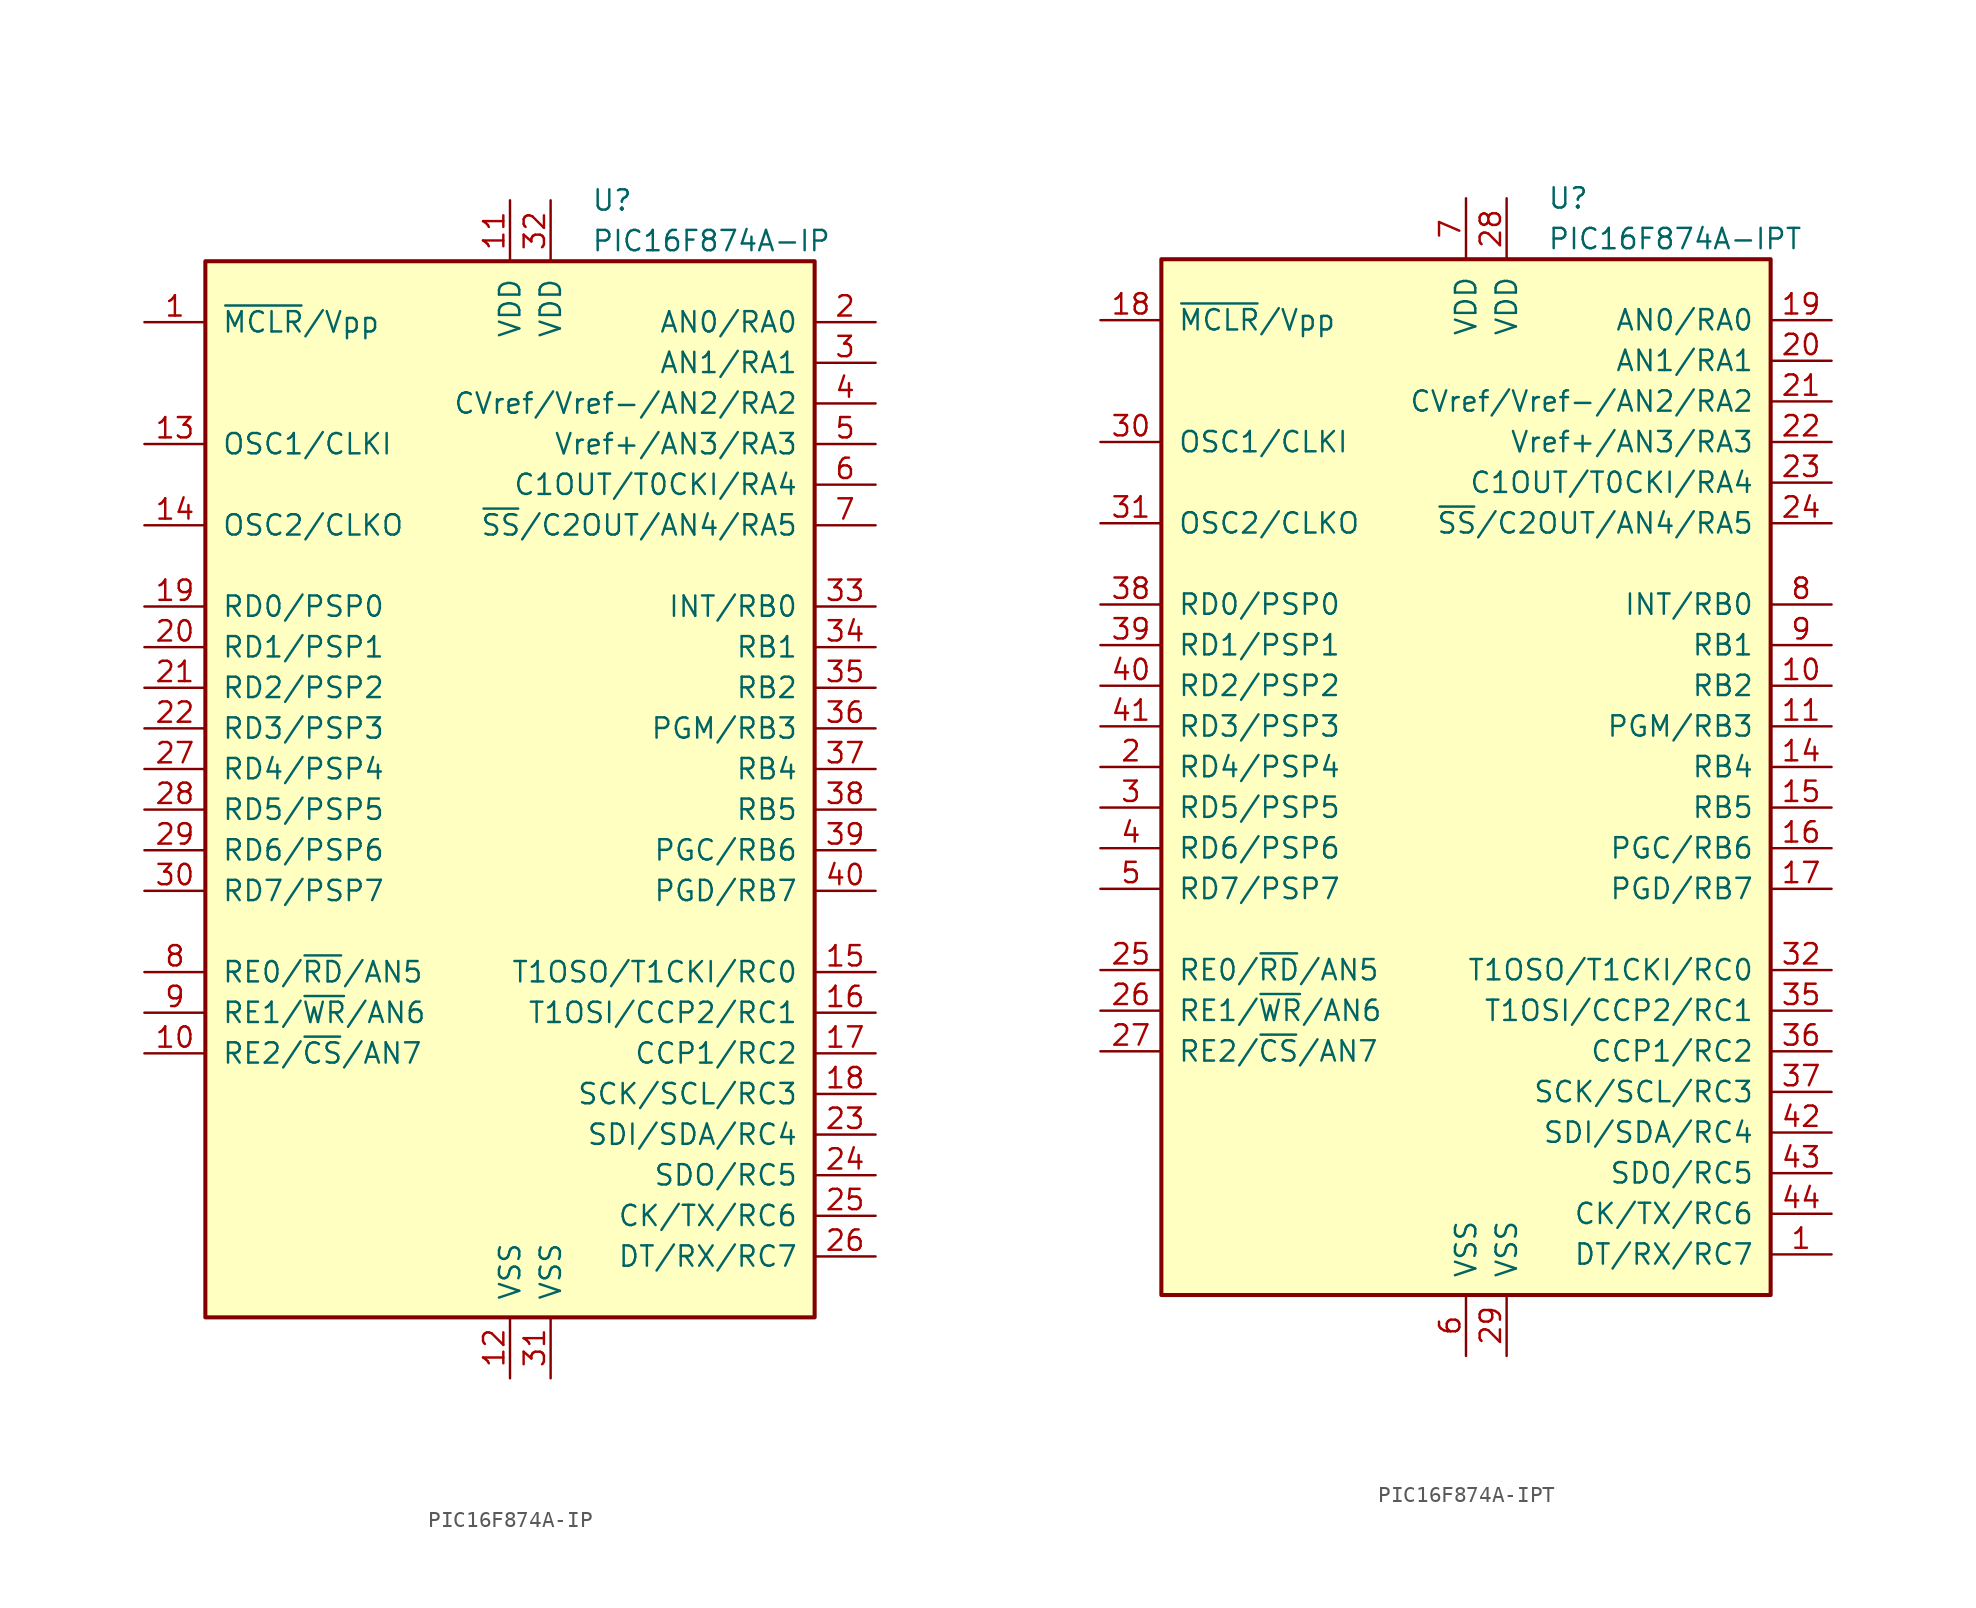
<source format=kicad_sym>
(kicad_symbol_lib
  (version 20201005)
  (generator kicad_symbol_editor)
  (symbol "MCU_Microchip_PIC16:PIC16F874A-IP"
    (pin_names
      (offset 1.016))
    (property "Reference" "U"
      (at 5.08 35.56 0)
      (effects (font (size 1.27 1.27)) (justify left)))
    (property "Value" "PIC16F874A-IP"
      (at 5.08 33.02 0)
      (effects (font (size 1.27 1.27)) (justify left)))
    (symbol "PIC16F874A-IP_0_1"
      (rectangle (start -19.05 31.75) (end 19.05 -34.29) (stroke (width 0.254)) (fill (type background))))
    (symbol "PIC16F874A-IP_1_1"
      (pin input line (at -22.86 27.94 0) (length 3.81) (name "~MCLR~/Vpp" (effects (font (size 1.27 1.27)))) (number "1" (effects (font (size 1.27 1.27)))))
      (pin bidirectional line (at -22.86 -17.78 0) (length 3.81) (name "RE2/~CS~/AN7" (effects (font (size 1.27 1.27)))) (number "10" (effects (font (size 1.27 1.27)))))
      (pin power_in line (at 0 35.56 270) (length 3.81) (name "VDD" (effects (font (size 1.27 1.27)))) (number "11" (effects (font (size 1.27 1.27)))))
      (pin power_in line (at 0 -38.1 90) (length 3.81) (name "VSS" (effects (font (size 1.27 1.27)))) (number "12" (effects (font (size 1.27 1.27)))))
      (pin input line (at -22.86 20.32 0) (length 3.81) (name "OSC1/CLKI" (effects (font (size 1.27 1.27)))) (number "13" (effects (font (size 1.27 1.27)))))
      (pin output line (at -22.86 15.24 0) (length 3.81) (name "OSC2/CLKO" (effects (font (size 1.27 1.27)))) (number "14" (effects (font (size 1.27 1.27)))))
      (pin bidirectional line (at 22.86 -12.7 180) (length 3.81) (name "T1OSO/T1CKI/RC0" (effects (font (size 1.27 1.27)))) (number "15" (effects (font (size 1.27 1.27)))))
      (pin bidirectional line (at 22.86 -15.24 180) (length 3.81) (name "T1OSI/CCP2/RC1" (effects (font (size 1.27 1.27)))) (number "16" (effects (font (size 1.27 1.27)))))
      (pin bidirectional line (at 22.86 -17.78 180) (length 3.81) (name "CCP1/RC2" (effects (font (size 1.27 1.27)))) (number "17" (effects (font (size 1.27 1.27)))))
      (pin bidirectional line (at 22.86 -20.32 180) (length 3.81) (name "SCK/SCL/RC3" (effects (font (size 1.27 1.27)))) (number "18" (effects (font (size 1.27 1.27)))))
      (pin bidirectional line (at -22.86 10.16 0) (length 3.81) (name "RD0/PSP0" (effects (font (size 1.27 1.27)))) (number "19" (effects (font (size 1.27 1.27)))))
      (pin bidirectional line (at 22.86 27.94 180) (length 3.81) (name "AN0/RA0" (effects (font (size 1.27 1.27)))) (number "2" (effects (font (size 1.27 1.27)))))
      (pin bidirectional line (at -22.86 7.62 0) (length 3.81) (name "RD1/PSP1" (effects (font (size 1.27 1.27)))) (number "20" (effects (font (size 1.27 1.27)))))
      (pin bidirectional line (at -22.86 5.08 0) (length 3.81) (name "RD2/PSP2" (effects (font (size 1.27 1.27)))) (number "21" (effects (font (size 1.27 1.27)))))
      (pin bidirectional line (at -22.86 2.54 0) (length 3.81) (name "RD3/PSP3" (effects (font (size 1.27 1.27)))) (number "22" (effects (font (size 1.27 1.27)))))
      (pin bidirectional line (at 22.86 -22.86 180) (length 3.81) (name "SDI/SDA/RC4" (effects (font (size 1.27 1.27)))) (number "23" (effects (font (size 1.27 1.27)))))
      (pin bidirectional line (at 22.86 -25.4 180) (length 3.81) (name "SDO/RC5" (effects (font (size 1.27 1.27)))) (number "24" (effects (font (size 1.27 1.27)))))
      (pin bidirectional line (at 22.86 -27.94 180) (length 3.81) (name "CK/TX/RC6" (effects (font (size 1.27 1.27)))) (number "25" (effects (font (size 1.27 1.27)))))
      (pin bidirectional line (at 22.86 -30.48 180) (length 3.81) (name "DT/RX/RC7" (effects (font (size 1.27 1.27)))) (number "26" (effects (font (size 1.27 1.27)))))
      (pin bidirectional line (at -22.86 0 0) (length 3.81) (name "RD4/PSP4" (effects (font (size 1.27 1.27)))) (number "27" (effects (font (size 1.27 1.27)))))
      (pin bidirectional line (at -22.86 -2.54 0) (length 3.81) (name "RD5/PSP5" (effects (font (size 1.27 1.27)))) (number "28" (effects (font (size 1.27 1.27)))))
      (pin bidirectional line (at -22.86 -5.08 0) (length 3.81) (name "RD6/PSP6" (effects (font (size 1.27 1.27)))) (number "29" (effects (font (size 1.27 1.27)))))
      (pin bidirectional line (at 22.86 25.4 180) (length 3.81) (name "AN1/RA1" (effects (font (size 1.27 1.27)))) (number "3" (effects (font (size 1.27 1.27)))))
      (pin bidirectional line (at -22.86 -7.62 0) (length 3.81) (name "RD7/PSP7" (effects (font (size 1.27 1.27)))) (number "30" (effects (font (size 1.27 1.27)))))
      (pin power_in line (at 2.54 -38.1 90) (length 3.81) (name "VSS" (effects (font (size 1.27 1.27)))) (number "31" (effects (font (size 1.27 1.27)))))
      (pin power_in line (at 2.54 35.56 270) (length 3.81) (name "VDD" (effects (font (size 1.27 1.27)))) (number "32" (effects (font (size 1.27 1.27)))))
      (pin bidirectional line (at 22.86 10.16 180) (length 3.81) (name "INT/RB0" (effects (font (size 1.27 1.27)))) (number "33" (effects (font (size 1.27 1.27)))))
      (pin bidirectional line (at 22.86 7.62 180) (length 3.81) (name "RB1" (effects (font (size 1.27 1.27)))) (number "34" (effects (font (size 1.27 1.27)))))
      (pin bidirectional line (at 22.86 5.08 180) (length 3.81) (name "RB2" (effects (font (size 1.27 1.27)))) (number "35" (effects (font (size 1.27 1.27)))))
      (pin bidirectional line (at 22.86 2.54 180) (length 3.81) (name "PGM/RB3" (effects (font (size 1.27 1.27)))) (number "36" (effects (font (size 1.27 1.27)))))
      (pin bidirectional line (at 22.86 0 180) (length 3.81) (name "RB4" (effects (font (size 1.27 1.27)))) (number "37" (effects (font (size 1.27 1.27)))))
      (pin bidirectional line (at 22.86 -2.54 180) (length 3.81) (name "RB5" (effects (font (size 1.27 1.27)))) (number "38" (effects (font (size 1.27 1.27)))))
      (pin bidirectional line (at 22.86 -5.08 180) (length 3.81) (name "PGC/RB6" (effects (font (size 1.27 1.27)))) (number "39" (effects (font (size 1.27 1.27)))))
      (pin bidirectional line (at 22.86 22.86 180) (length 3.81) (name "CVref/Vref-/AN2/RA2" (effects (font (size 1.27 1.27)))) (number "4" (effects (font (size 1.27 1.27)))))
      (pin bidirectional line (at 22.86 -7.62 180) (length 3.81) (name "PGD/RB7" (effects (font (size 1.27 1.27)))) (number "40" (effects (font (size 1.27 1.27)))))
      (pin bidirectional line (at 22.86 20.32 180) (length 3.81) (name "Vref+/AN3/RA3" (effects (font (size 1.27 1.27)))) (number "5" (effects (font (size 1.27 1.27)))))
      (pin bidirectional line (at 22.86 17.78 180) (length 3.81) (name "C1OUT/T0CKI/RA4" (effects (font (size 1.27 1.27)))) (number "6" (effects (font (size 1.27 1.27)))))
      (pin bidirectional line (at 22.86 15.24 180) (length 3.81) (name "~SS~/C2OUT/AN4/RA5" (effects (font (size 1.27 1.27)))) (number "7" (effects (font (size 1.27 1.27)))))
      (pin bidirectional line (at -22.86 -12.7 0) (length 3.81) (name "RE0/~RD~/AN5" (effects (font (size 1.27 1.27)))) (number "8" (effects (font (size 1.27 1.27)))))
      (pin bidirectional line (at -22.86 -15.24 0) (length 3.81) (name "RE1/~WR~/AN6" (effects (font (size 1.27 1.27)))) (number "9" (effects (font (size 1.27 1.27)))))))
  (symbol "MCU_Microchip_PIC16:PIC16F874A-IPT"
    (pin_names
      (offset 1.016))
    (property "Reference" "U"
      (at 5.08 35.56 0)
      (effects (font (size 1.27 1.27)) (justify left)))
    (property "Value" "PIC16F874A-IPT"
      (at 5.08 33.02 0)
      (effects (font (size 1.27 1.27)) (justify left)))
    (symbol "PIC16F874A-IPT_0_1"
      (rectangle (start -19.05 31.75) (end 19.05 -33.02) (stroke (width 0.254)) (fill (type background))))
    (symbol "PIC16F874A-IPT_1_1"
      (pin bidirectional line (at 22.86 -30.48 180) (length 3.81) (name "DT/RX/RC7" (effects (font (size 1.27 1.27)))) (number "1" (effects (font (size 1.27 1.27)))))
      (pin bidirectional line (at 22.86 5.08 180) (length 3.81) (name "RB2" (effects (font (size 1.27 1.27)))) (number "10" (effects (font (size 1.27 1.27)))))
      (pin bidirectional line (at 22.86 2.54 180) (length 3.81) (name "PGM/RB3" (effects (font (size 1.27 1.27)))) (number "11" (effects (font (size 1.27 1.27)))))
      (pin bidirectional line (at 22.86 0 180) (length 3.81) (name "RB4" (effects (font (size 1.27 1.27)))) (number "14" (effects (font (size 1.27 1.27)))))
      (pin bidirectional line (at 22.86 -2.54 180) (length 3.81) (name "RB5" (effects (font (size 1.27 1.27)))) (number "15" (effects (font (size 1.27 1.27)))))
      (pin bidirectional line (at 22.86 -5.08 180) (length 3.81) (name "PGC/RB6" (effects (font (size 1.27 1.27)))) (number "16" (effects (font (size 1.27 1.27)))))
      (pin bidirectional line (at 22.86 -7.62 180) (length 3.81) (name "PGD/RB7" (effects (font (size 1.27 1.27)))) (number "17" (effects (font (size 1.27 1.27)))))
      (pin input line (at -22.86 27.94 0) (length 3.81) (name "~MCLR~/Vpp" (effects (font (size 1.27 1.27)))) (number "18" (effects (font (size 1.27 1.27)))))
      (pin bidirectional line (at 22.86 27.94 180) (length 3.81) (name "AN0/RA0" (effects (font (size 1.27 1.27)))) (number "19" (effects (font (size 1.27 1.27)))))
      (pin bidirectional line (at -22.86 0 0) (length 3.81) (name "RD4/PSP4" (effects (font (size 1.27 1.27)))) (number "2" (effects (font (size 1.27 1.27)))))
      (pin bidirectional line (at 22.86 25.4 180) (length 3.81) (name "AN1/RA1" (effects (font (size 1.27 1.27)))) (number "20" (effects (font (size 1.27 1.27)))))
      (pin bidirectional line (at 22.86 22.86 180) (length 3.81) (name "CVref/Vref-/AN2/RA2" (effects (font (size 1.27 1.27)))) (number "21" (effects (font (size 1.27 1.27)))))
      (pin bidirectional line (at 22.86 20.32 180) (length 3.81) (name "Vref+/AN3/RA3" (effects (font (size 1.27 1.27)))) (number "22" (effects (font (size 1.27 1.27)))))
      (pin bidirectional line (at 22.86 17.78 180) (length 3.81) (name "C1OUT/T0CKI/RA4" (effects (font (size 1.27 1.27)))) (number "23" (effects (font (size 1.27 1.27)))))
      (pin bidirectional line (at 22.86 15.24 180) (length 3.81) (name "~SS~/C2OUT/AN4/RA5" (effects (font (size 1.27 1.27)))) (number "24" (effects (font (size 1.27 1.27)))))
      (pin bidirectional line (at -22.86 -12.7 0) (length 3.81) (name "RE0/~RD~/AN5" (effects (font (size 1.27 1.27)))) (number "25" (effects (font (size 1.27 1.27)))))
      (pin bidirectional line (at -22.86 -15.24 0) (length 3.81) (name "RE1/~WR~/AN6" (effects (font (size 1.27 1.27)))) (number "26" (effects (font (size 1.27 1.27)))))
      (pin bidirectional line (at -22.86 -17.78 0) (length 3.81) (name "RE2/~CS~/AN7" (effects (font (size 1.27 1.27)))) (number "27" (effects (font (size 1.27 1.27)))))
      (pin power_in line (at 2.54 35.56 270) (length 3.81) (name "VDD" (effects (font (size 1.27 1.27)))) (number "28" (effects (font (size 1.27 1.27)))))
      (pin power_in line (at 2.54 -36.83 90) (length 3.81) (name "VSS" (effects (font (size 1.27 1.27)))) (number "29" (effects (font (size 1.27 1.27)))))
      (pin bidirectional line (at -22.86 -2.54 0) (length 3.81) (name "RD5/PSP5" (effects (font (size 1.27 1.27)))) (number "3" (effects (font (size 1.27 1.27)))))
      (pin input line (at -22.86 20.32 0) (length 3.81) (name "OSC1/CLKI" (effects (font (size 1.27 1.27)))) (number "30" (effects (font (size 1.27 1.27)))))
      (pin output line (at -22.86 15.24 0) (length 3.81) (name "OSC2/CLKO" (effects (font (size 1.27 1.27)))) (number "31" (effects (font (size 1.27 1.27)))))
      (pin bidirectional line (at 22.86 -12.7 180) (length 3.81) (name "T1OSO/T1CKI/RC0" (effects (font (size 1.27 1.27)))) (number "32" (effects (font (size 1.27 1.27)))))
      (pin bidirectional line (at 22.86 -15.24 180) (length 3.81) (name "T1OSI/CCP2/RC1" (effects (font (size 1.27 1.27)))) (number "35" (effects (font (size 1.27 1.27)))))
      (pin bidirectional line (at 22.86 -17.78 180) (length 3.81) (name "CCP1/RC2" (effects (font (size 1.27 1.27)))) (number "36" (effects (font (size 1.27 1.27)))))
      (pin bidirectional line (at 22.86 -20.32 180) (length 3.81) (name "SCK/SCL/RC3" (effects (font (size 1.27 1.27)))) (number "37" (effects (font (size 1.27 1.27)))))
      (pin bidirectional line (at -22.86 10.16 0) (length 3.81) (name "RD0/PSP0" (effects (font (size 1.27 1.27)))) (number "38" (effects (font (size 1.27 1.27)))))
      (pin bidirectional line (at -22.86 7.62 0) (length 3.81) (name "RD1/PSP1" (effects (font (size 1.27 1.27)))) (number "39" (effects (font (size 1.27 1.27)))))
      (pin bidirectional line (at -22.86 -5.08 0) (length 3.81) (name "RD6/PSP6" (effects (font (size 1.27 1.27)))) (number "4" (effects (font (size 1.27 1.27)))))
      (pin bidirectional line (at -22.86 5.08 0) (length 3.81) (name "RD2/PSP2" (effects (font (size 1.27 1.27)))) (number "40" (effects (font (size 1.27 1.27)))))
      (pin bidirectional line (at -22.86 2.54 0) (length 3.81) (name "RD3/PSP3" (effects (font (size 1.27 1.27)))) (number "41" (effects (font (size 1.27 1.27)))))
      (pin bidirectional line (at 22.86 -22.86 180) (length 3.81) (name "SDI/SDA/RC4" (effects (font (size 1.27 1.27)))) (number "42" (effects (font (size 1.27 1.27)))))
      (pin bidirectional line (at 22.86 -25.4 180) (length 3.81) (name "SDO/RC5" (effects (font (size 1.27 1.27)))) (number "43" (effects (font (size 1.27 1.27)))))
      (pin bidirectional line (at 22.86 -27.94 180) (length 3.81) (name "CK/TX/RC6" (effects (font (size 1.27 1.27)))) (number "44" (effects (font (size 1.27 1.27)))))
      (pin bidirectional line (at -22.86 -7.62 0) (length 3.81) (name "RD7/PSP7" (effects (font (size 1.27 1.27)))) (number "5" (effects (font (size 1.27 1.27)))))
      (pin power_in line (at 0 -36.83 90) (length 3.81) (name "VSS" (effects (font (size 1.27 1.27)))) (number "6" (effects (font (size 1.27 1.27)))))
      (pin power_in line (at 0 35.56 270) (length 3.81) (name "VDD" (effects (font (size 1.27 1.27)))) (number "7" (effects (font (size 1.27 1.27)))))
      (pin bidirectional line (at 22.86 10.16 180) (length 3.81) (name "INT/RB0" (effects (font (size 1.27 1.27)))) (number "8" (effects (font (size 1.27 1.27)))))
      (pin bidirectional line (at 22.86 7.62 180) (length 3.81) (name "RB1" (effects (font (size 1.27 1.27)))) (number "9" (effects (font (size 1.27 1.27))))))))
</source>
